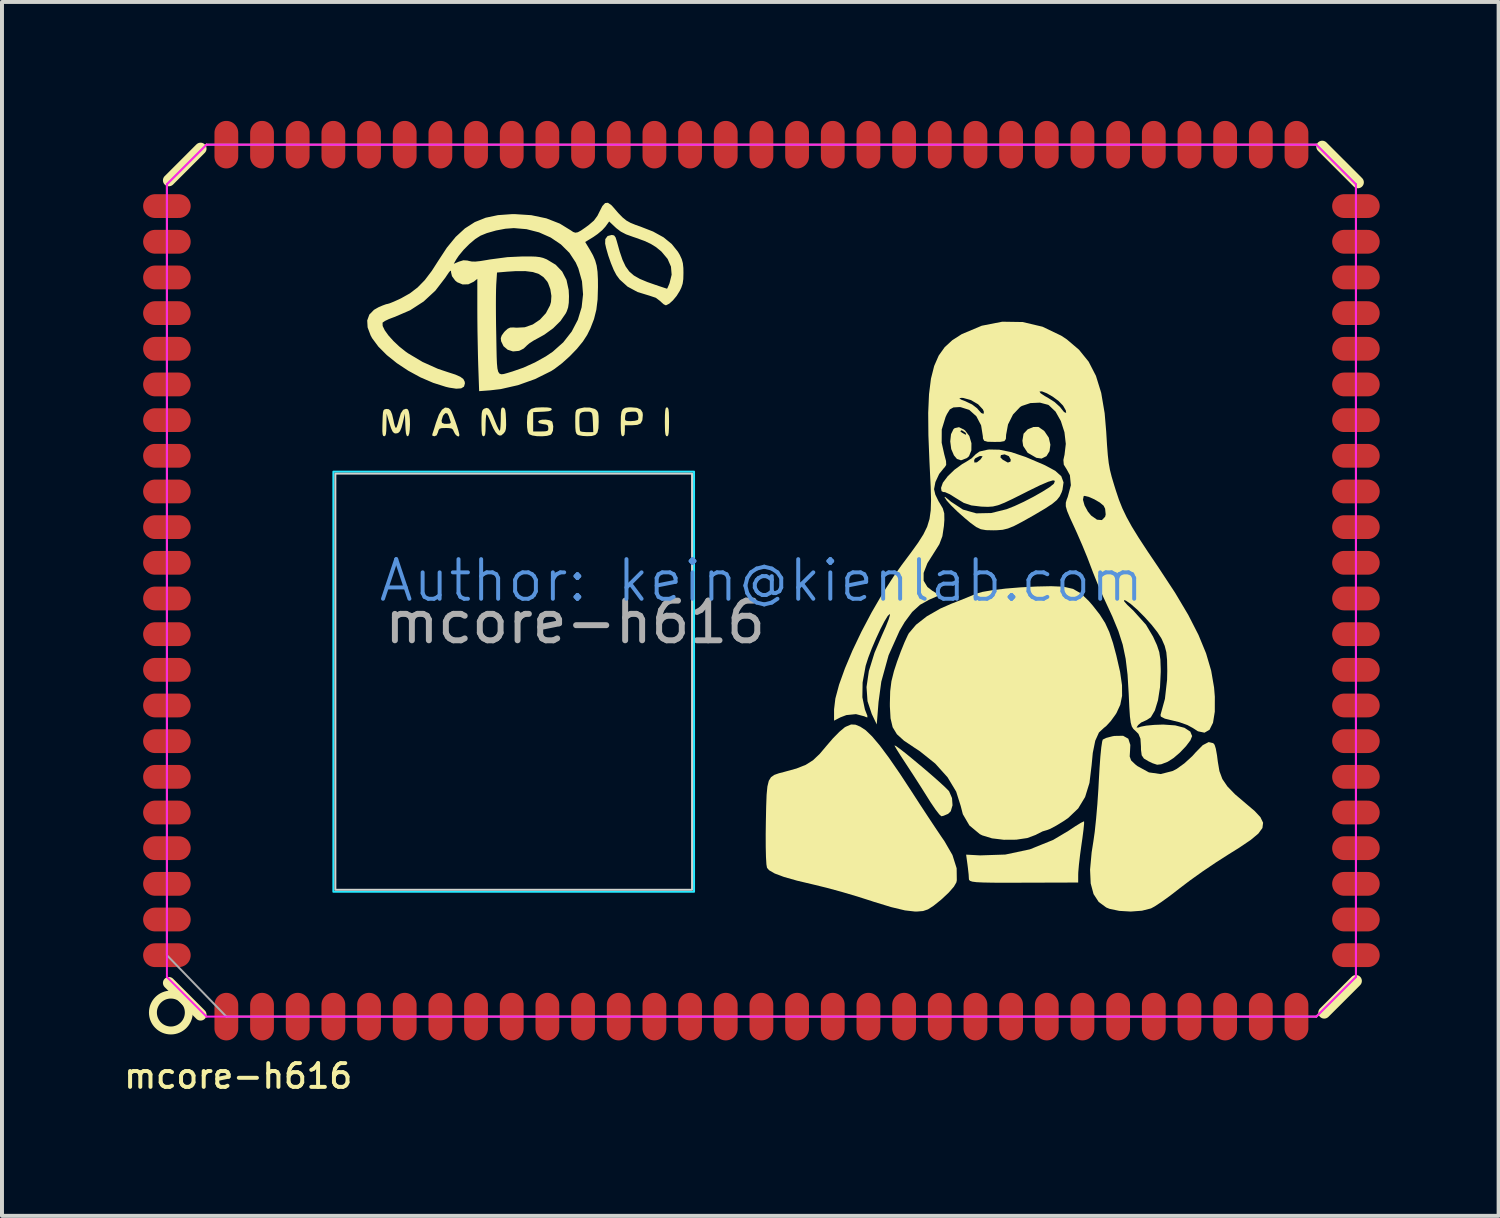
<source format=kicad_pcb>
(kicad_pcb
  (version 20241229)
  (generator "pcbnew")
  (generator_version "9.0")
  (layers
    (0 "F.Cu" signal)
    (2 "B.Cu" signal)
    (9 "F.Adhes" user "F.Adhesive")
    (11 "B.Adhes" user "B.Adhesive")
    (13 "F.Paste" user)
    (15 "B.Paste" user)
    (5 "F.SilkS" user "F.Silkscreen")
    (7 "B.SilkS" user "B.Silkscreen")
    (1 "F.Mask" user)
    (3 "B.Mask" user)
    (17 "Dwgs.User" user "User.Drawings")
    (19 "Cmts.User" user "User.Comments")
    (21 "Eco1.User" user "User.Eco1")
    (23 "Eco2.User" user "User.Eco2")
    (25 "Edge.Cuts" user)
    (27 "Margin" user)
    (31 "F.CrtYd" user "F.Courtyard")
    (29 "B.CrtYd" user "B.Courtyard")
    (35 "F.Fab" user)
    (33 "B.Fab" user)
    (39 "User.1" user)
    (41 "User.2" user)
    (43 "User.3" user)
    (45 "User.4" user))
  (footprint "mcore-h616"
    (layer "F.Cu")
    (at 16.161 11.6)
    (property "Reference" "mcore-h616" (at -13.2 12.5 0) (unlocked yes) (layer "F.SilkS") (effects (font (size 0.6 0.6) (thickness 0.1))))
    (attr smd)
    (fp_line (start -14.95 -10.1) (end -14.15 -10.9) (stroke (width 0.3) (type default)) (layer "F.SilkS"))
    (fp_line (start -14.15 10.95) (end -14.95 10.15) (stroke (width 0.3) (type default)) (layer "F.SilkS"))
    (fp_line (start 14.2 10.9) (end 15 10.1) (stroke (width 0.3) (type default)) (layer "F.SilkS"))
    (fp_line (start 15.05 -10.05) (end 14.15 -10.95) (stroke (width 0.3) (type default)) (layer "F.SilkS"))
    (fp_circle (center -14.9 10.897) (end -14.45 10.947) (stroke (width 0.2) (type default)) (fill no) (layer "F.SilkS"))
    (fp_poly (pts (xy 7.123 -3.787) (xy 7.141 -3.77) (xy 7.251 -3.607) (xy 7.291 -3.43) (xy 7.269 -3.266) (xy 7.192 -3.141) (xy 7.069 -3.08) (xy 6.938 -3.099) (xy 6.718 -3.225) (xy 6.604 -3.399) (xy 6.585 -3.531) (xy 6.614 -3.707) (xy 6.719 -3.818) (xy 6.862 -3.877) (xy 6.99 -3.878)) (stroke (width 0) (type solid)) (fill yes) (layer "F.SilkS"))
    (fp_poly (pts (xy -2.36 -4.362) (xy -2.344 -4.321) (xy -2.335 -4.239) (xy -2.332 -4.104) (xy -2.331 -4.008) (xy -2.333 -3.841) (xy -2.339 -3.732) (xy -2.351 -3.671) (xy -2.37 -3.645) (xy -2.384 -3.642) (xy -2.407 -3.654) (xy -2.423 -3.695) (xy -2.432 -3.777) (xy -2.435 -3.912) (xy -2.436 -4.008) (xy -2.434 -4.175) (xy -2.428 -4.283) (xy -2.417 -4.345) (xy -2.397 -4.37) (xy -2.384 -4.373)) (stroke (width 0) (type solid)) (fill yes) (layer "F.SilkS"))
    (fp_poly (pts (xy 5.108 -3.812) (xy 5.141 -3.787) (xy 5.246 -3.649) (xy 5.299 -3.468) (xy 5.297 -3.285) (xy 5.237 -3.139) (xy 5.181 -3.091) (xy 5.036 -3.036) (xy 4.934 -3.07) (xy 4.857 -3.161) (xy 4.789 -3.321) (xy 4.764 -3.514) (xy 4.784 -3.695) (xy 4.82 -3.769) (xy 5.018 -3.769) (xy 5.059 -3.734) (xy 5.153 -3.681) (xy 5.166 -3.701) (xy 5.147 -3.734) (xy 5.062 -3.79) (xy 5.041 -3.792) (xy 5.018 -3.769) (xy 4.82 -3.769) (xy 4.846 -3.823) (xy 4.877 -3.848) (xy 4.985 -3.872)) (stroke (width 0) (type solid)) (fill yes) (layer "F.SilkS"))
    (fp_poly (pts (xy 3.399 4.175) (xy 3.51 4.256) (xy 3.672 4.384) (xy 3.868 4.545) (xy 4.08 4.722) (xy 4.289 4.901) (xy 4.477 5.067) (xy 4.627 5.204) (xy 4.72 5.297) (xy 4.736 5.316) (xy 4.809 5.486) (xy 4.822 5.668) (xy 4.777 5.819) (xy 4.711 5.884) (xy 4.595 5.933) (xy 4.541 5.945) (xy 4.488 5.898) (xy 4.391 5.773) (xy 4.268 5.592) (xy 4.204 5.49) (xy 4.031 5.215) (xy 3.836 4.911) (xy 3.658 4.639) (xy 3.641 4.613) (xy 3.514 4.419) (xy 3.416 4.263) (xy 3.363 4.171) (xy 3.358 4.157)) (stroke (width 0) (type solid)) (fill yes) (layer "F.SilkS"))
    (fp_poly (pts (xy 8.141 6.074) (xy 8.141 6.136) (xy 8.126 6.288) (xy 8.098 6.504) (xy 8.077 6.65) (xy 8.04 6.918) (xy 8.011 7.167) (xy 7.995 7.356) (xy 7.993 7.411) (xy 7.992 7.617) (xy 6.614 7.621) (xy 6.175 7.622) (xy 5.841 7.621) (xy 5.595 7.616) (xy 5.426 7.608) (xy 5.32 7.594) (xy 5.262 7.574) (xy 5.238 7.547) (xy 5.235 7.527) (xy 5.228 7.409) (xy 5.208 7.233) (xy 5.2 7.17) (xy 5.165 6.913) (xy 5.519 6.932) (xy 6.154 6.911) (xy 6.774 6.779) (xy 7.36 6.542) (xy 7.74 6.316) (xy 7.921 6.196) (xy 8.061 6.11) (xy 8.135 6.074)) (stroke (width 0) (type solid)) (fill yes) (layer "F.SilkS"))
    (fp_poly (pts (xy -3.14 -4.36) (xy -3.045 -4.318) (xy -2.999 -4.242) (xy -2.992 -4.18) (xy -3.004 -4.047) (xy -3.046 -3.967) (xy -3.131 -3.93) (xy -3.255 -3.921) (xy -3.445 -3.921) (xy -3.445 -3.782) (xy -3.453 -3.685) (xy -3.482 -3.645) (xy -3.497 -3.642) (xy -3.522 -3.654) (xy -3.538 -3.698) (xy -3.546 -3.784) (xy -3.549 -3.926) (xy -3.549 -3.972) (xy -3.547 -4.069) (xy -3.442 -4.069) (xy -3.422 -4.036) (xy -3.362 -4.026) (xy -3.292 -4.025) (xy -3.193 -4.033) (xy -3.126 -4.052) (xy -3.113 -4.062) (xy -3.103 -4.121) (xy -3.112 -4.186) (xy -3.134 -4.24) (xy -3.176 -4.263) (xy -3.262 -4.263) (xy -3.281 -4.262) (xy -3.374 -4.251) (xy -3.418 -4.224) (xy -3.435 -4.166) (xy -3.438 -4.138) (xy -3.442 -4.069) (xy -3.547 -4.069) (xy -3.546 -4.144) (xy -3.531 -4.259) (xy -3.496 -4.327) (xy -3.436 -4.361) (xy -3.341 -4.373) (xy -3.293 -4.373)) (stroke (width 0) (type solid)) (fill yes) (layer "F.SilkS"))
    (fp_poly (pts (xy -5.399 -4.37) (xy -5.323 -4.358) (xy -5.292 -4.336) (xy -5.289 -4.323) (xy -5.307 -4.293) (xy -5.37 -4.274) (xy -5.489 -4.263) (xy -5.524 -4.262) (xy -5.759 -4.251) (xy -5.759 -4.008) (xy -5.759 -3.764) (xy -5.567 -3.764) (xy -5.458 -3.767) (xy -5.401 -3.778) (xy -5.379 -3.808) (xy -5.376 -3.851) (xy -5.386 -3.91) (xy -5.428 -3.938) (xy -5.506 -3.949) (xy -5.603 -3.97) (xy -5.637 -4.01) (xy -5.637 -4.01) (xy -5.607 -4.043) (xy -5.533 -4.061) (xy -5.44 -4.063) (xy -5.35 -4.049) (xy -5.288 -4.021) (xy -5.275 -4.005) (xy -5.252 -3.894) (xy -5.26 -3.784) (xy -5.296 -3.701) (xy -5.321 -3.678) (xy -5.409 -3.653) (xy -5.531 -3.642) (xy -5.663 -3.645) (xy -5.778 -3.662) (xy -5.854 -3.692) (xy -5.861 -3.697) (xy -5.894 -3.759) (xy -5.911 -3.866) (xy -5.915 -3.993) (xy -5.907 -4.16) (xy -5.875 -4.271) (xy -5.808 -4.335) (xy -5.695 -4.366) (xy -5.532 -4.373)) (stroke (width 0) (type solid)) (fill yes) (layer "F.SilkS"))
    (fp_poly (pts (xy -7.898 -4.357) (xy -7.849 -4.319) (xy -7.82 -4.268) (xy -7.779 -4.171) (xy -7.731 -4.045) (xy -7.685 -3.911) (xy -7.647 -3.789) (xy -7.624 -3.697) (xy -7.62 -3.667) (xy -7.638 -3.636) (xy -7.68 -3.65) (xy -7.726 -3.695) (xy -7.754 -3.747) (xy -7.782 -3.809) (xy -7.822 -3.84) (xy -7.898 -3.85) (xy -7.964 -3.851) (xy -8.067 -3.848) (xy -8.122 -3.832) (xy -8.148 -3.791) (xy -8.159 -3.747) (xy -8.194 -3.666) (xy -8.253 -3.642) (xy -8.304 -3.658) (xy -8.303 -3.696) (xy -8.283 -3.754) (xy -8.25 -3.858) (xy -8.211 -3.985) (xy -8.207 -3.996) (xy -8.191 -4.04) (xy -8.07 -4.04) (xy -8.06 -3.982) (xy -8.001 -3.958) (xy -7.947 -3.956) (xy -7.865 -3.962) (xy -7.838 -3.984) (xy -7.843 -4.011) (xy -7.868 -4.089) (xy -7.885 -4.15) (xy -7.923 -4.219) (xy -7.975 -4.226) (xy -8.026 -4.172) (xy -8.039 -4.145) (xy -8.07 -4.04) (xy -8.191 -4.04) (xy -8.137 -4.188) (xy -8.061 -4.312) (xy -7.981 -4.368)) (stroke (width 0) (type solid)) (fill yes) (layer "F.SilkS"))
    (fp_poly (pts (xy -4.331 -4.367) (xy -4.211 -4.335) (xy -4.183 -4.319) (xy -4.143 -4.282) (xy -4.119 -4.231) (xy -4.109 -4.148) (xy -4.106 -4.013) (xy -4.106 -4.008) (xy -4.112 -3.844) (xy -4.137 -3.737) (xy -4.19 -3.676) (xy -4.281 -3.649) (xy -4.395 -3.644) (xy -4.512 -3.651) (xy -4.606 -3.668) (xy -4.637 -3.68) (xy -4.667 -3.71) (xy -4.686 -3.764) (xy -4.695 -3.858) (xy -4.697 -4.006) (xy -4.697 -4.01) (xy -4.697 -4.013) (xy -4.593 -4.013) (xy -4.59 -3.895) (xy -4.581 -3.807) (xy -4.57 -3.77) (xy -4.524 -3.756) (xy -4.435 -3.748) (xy -4.394 -3.747) (xy -4.242 -3.747) (xy -4.252 -3.999) (xy -4.259 -4.13) (xy -4.271 -4.207) (xy -4.292 -4.245) (xy -4.328 -4.26) (xy -4.344 -4.263) (xy -4.446 -4.264) (xy -4.51 -4.254) (xy -4.555 -4.236) (xy -4.58 -4.202) (xy -4.591 -4.133) (xy -4.593 -4.013) (xy -4.697 -4.013) (xy -4.696 -4.154) (xy -4.69 -4.244) (xy -4.675 -4.295) (xy -4.646 -4.322) (xy -4.608 -4.339) (xy -4.473 -4.369)) (stroke (width 0) (type solid)) (fill yes) (layer "F.SilkS"))
    (fp_poly (pts (xy -8.93 -4.328) (xy -8.902 -4.285) (xy -8.882 -4.195) (xy -8.87 -4.075) (xy -8.867 -3.943) (xy -8.872 -3.817) (xy -8.885 -3.714) (xy -8.908 -3.652) (xy -8.924 -3.642) (xy -8.95 -3.658) (xy -8.968 -3.712) (xy -8.979 -3.817) (xy -8.984 -3.93) (xy -8.995 -4.217) (xy -9.042 -4.008) (xy -9.081 -3.86) (xy -9.12 -3.769) (xy -9.167 -3.724) (xy -9.226 -3.712) (xy -9.269 -3.723) (xy -9.307 -3.764) (xy -9.344 -3.845) (xy -9.388 -3.979) (xy -9.407 -4.043) (xy -9.457 -4.217) (xy -9.461 -3.93) (xy -9.465 -3.784) (xy -9.474 -3.696) (xy -9.492 -3.653) (xy -9.518 -3.642) (xy -9.542 -3.652) (xy -9.557 -3.69) (xy -9.564 -3.767) (xy -9.563 -3.896) (xy -9.561 -3.982) (xy -9.556 -4.137) (xy -9.549 -4.237) (xy -9.536 -4.293) (xy -9.514 -4.319) (xy -9.478 -4.329) (xy -9.459 -4.332) (xy -9.4 -4.325) (xy -9.354 -4.283) (xy -9.318 -4.196) (xy -9.284 -4.052) (xy -9.271 -3.982) (xy -9.249 -3.898) (xy -9.225 -3.853) (xy -9.22 -3.851) (xy -9.199 -3.882) (xy -9.171 -3.964) (xy -9.145 -4.065) (xy -9.099 -4.221) (xy -9.04 -4.311) (xy -8.968 -4.337)) (stroke (width 0) (type solid)) (fill yes) (layer "F.SilkS"))
    (fp_poly (pts (xy -6.515 -4.367) (xy -6.484 -4.35) (xy -6.464 -4.306) (xy -6.452 -4.221) (xy -6.445 -4.081) (xy -6.444 -4.07) (xy -6.441 -3.924) (xy -6.447 -3.83) (xy -6.464 -3.768) (xy -6.497 -3.722) (xy -6.508 -3.711) (xy -6.566 -3.662) (xy -6.615 -3.663) (xy -6.657 -3.687) (xy -6.708 -3.745) (xy -6.767 -3.848) (xy -6.819 -3.968) (xy -6.865 -4.082) (xy -6.905 -4.164) (xy -6.931 -4.199) (xy -6.932 -4.199) (xy -6.945 -4.167) (xy -6.954 -4.082) (xy -6.959 -3.96) (xy -6.959 -3.921) (xy -6.961 -3.778) (xy -6.97 -3.692) (xy -6.988 -3.651) (xy -7.011 -3.642) (xy -7.036 -3.654) (xy -7.052 -3.698) (xy -7.06 -3.784) (xy -7.063 -3.926) (xy -7.063 -3.972) (xy -7.062 -4.127) (xy -7.056 -4.228) (xy -7.042 -4.288) (xy -7.018 -4.322) (xy -6.992 -4.34) (xy -6.933 -4.359) (xy -6.884 -4.343) (xy -6.835 -4.283) (xy -6.78 -4.17) (xy -6.729 -4.042) (xy -6.68 -3.921) (xy -6.637 -3.83) (xy -6.608 -3.784) (xy -6.603 -3.782) (xy -6.591 -3.814) (xy -6.582 -3.9) (xy -6.577 -4.023) (xy -6.576 -4.08) (xy -6.575 -4.225) (xy -6.569 -4.312) (xy -6.555 -4.356) (xy -6.531 -4.368)) (stroke (width 0) (type solid)) (fill yes) (layer "F.SilkS"))
    (fp_poly (pts (xy 2.372 3.634) (xy 2.494 3.684) (xy 2.632 3.775) (xy 2.794 3.931) (xy 2.988 4.161) (xy 3.219 4.471) (xy 3.494 4.87) (xy 3.795 5.329) (xy 4 5.646) (xy 4.205 5.958) (xy 4.392 6.24) (xy 4.544 6.466) (xy 4.618 6.573) (xy 4.82 6.923) (xy 4.926 7.257) (xy 4.93 7.56) (xy 4.919 7.614) (xy 4.857 7.721) (xy 4.728 7.869) (xy 4.557 8.03) (xy 4.528 8.055) (xy 4.34 8.206) (xy 4.203 8.294) (xy 4.079 8.336) (xy 3.933 8.348) (xy 3.869 8.348) (xy 3.622 8.32) (xy 3.275 8.237) (xy 2.83 8.101) (xy 2.776 8.083) (xy 2.416 7.968) (xy 2.023 7.852) (xy 1.644 7.749) (xy 1.339 7.674) (xy 0.9 7.57) (xy 0.569 7.476) (xy 0.336 7.389) (xy 0.194 7.307) (xy 0.141 7.245) (xy 0.126 7.157) (xy 0.115 6.972) (xy 0.109 6.712) (xy 0.108 6.397) (xy 0.112 6.091) (xy 0.12 5.697) (xy 0.131 5.403) (xy 0.151 5.193) (xy 0.186 5.051) (xy 0.242 4.959) (xy 0.325 4.901) (xy 0.441 4.86) (xy 0.57 4.827) (xy 0.885 4.74) (xy 1.117 4.648) (xy 1.301 4.532) (xy 1.471 4.371) (xy 1.632 4.18) (xy 1.801 3.983) (xy 1.966 3.815) (xy 2.099 3.703) (xy 2.13 3.685) (xy 2.263 3.629)) (stroke (width 0) (type solid)) (fill yes) (layer "F.SilkS"))
    (fp_poly (pts (xy 9.257 3.988) (xy 9.308 4.145) (xy 9.301 4.289) (xy 9.292 4.435) (xy 9.328 4.536) (xy 9.434 4.637) (xy 9.489 4.68) (xy 9.777 4.838) (xy 10.073 4.88) (xy 10.372 4.804) (xy 10.479 4.749) (xy 10.673 4.609) (xy 10.872 4.427) (xy 10.958 4.331) (xy 11.135 4.151) (xy 11.284 4.073) (xy 11.399 4.1) (xy 11.434 4.141) (xy 11.464 4.236) (xy 11.495 4.407) (xy 11.516 4.572) (xy 11.556 4.806) (xy 11.63 5.005) (xy 11.757 5.192) (xy 11.951 5.392) (xy 12.226 5.626) (xy 12.446 5.813) (xy 12.591 5.969) (xy 12.658 6.108) (xy 12.641 6.241) (xy 12.537 6.383) (xy 12.342 6.545) (xy 12.05 6.742) (xy 11.795 6.901) (xy 11.474 7.106) (xy 11.132 7.337) (xy 10.81 7.567) (xy 10.548 7.766) (xy 10.546 7.768) (xy 10.316 7.946) (xy 10.099 8.103) (xy 9.923 8.219) (xy 9.829 8.27) (xy 9.601 8.328) (xy 9.317 8.349) (xy 9.028 8.332) (xy 8.782 8.28) (xy 8.701 8.247) (xy 8.51 8.107) (xy 8.38 7.908) (xy 8.308 7.64) (xy 8.292 7.293) (xy 8.332 6.856) (xy 8.376 6.576) (xy 8.41 6.336) (xy 8.444 6.013) (xy 8.476 5.642) (xy 8.502 5.257) (xy 8.512 5.064) (xy 8.531 4.732) (xy 8.552 4.44) (xy 8.575 4.208) (xy 8.598 4.058) (xy 8.613 4.01) (xy 8.702 3.967) (xy 8.856 3.927) (xy 8.906 3.918) (xy 9.125 3.914)) (stroke (width 0) (type solid)) (fill yes) (layer "F.SilkS"))
    (fp_poly (pts (xy 7.624 0.153) (xy 7.862 0.208) (xy 8.062 0.323) (xy 8.262 0.516) (xy 8.359 0.628) (xy 8.538 0.857) (xy 8.672 1.068) (xy 8.777 1.296) (xy 8.871 1.575) (xy 8.954 1.885) (xy 9.05 2.304) (xy 9.098 2.638) (xy 9.1 2.907) (xy 9.054 3.133) (xy 8.96 3.337) (xy 8.935 3.377) (xy 8.815 3.543) (xy 8.697 3.671) (xy 8.642 3.714) (xy 8.516 3.832) (xy 8.423 4.039) (xy 8.361 4.345) (xy 8.331 4.657) (xy 8.277 5.103) (xy 8.167 5.459) (xy 7.993 5.747) (xy 7.745 5.984) (xy 7.624 6.068) (xy 7.439 6.181) (xy 7.286 6.263) (xy 7.196 6.297) (xy 7.193 6.297) (xy 7.095 6.326) (xy 6.953 6.397) (xy 6.923 6.414) (xy 6.71 6.494) (xy 6.428 6.536) (xy 6.116 6.538) (xy 5.818 6.502) (xy 5.572 6.427) (xy 5.511 6.396) (xy 5.247 6.176) (xy 5.082 5.893) (xy 5.028 5.684) (xy 4.914 5.323) (xy 4.697 4.962) (xy 4.387 4.617) (xy 3.997 4.304) (xy 3.864 4.217) (xy 3.597 4.038) (xy 3.418 3.875) (xy 3.311 3.698) (xy 3.258 3.474) (xy 3.241 3.172) (xy 3.241 3.089) (xy 3.249 2.79) (xy 3.28 2.54) (xy 3.344 2.283) (xy 3.423 2.042) (xy 3.517 1.786) (xy 3.612 1.552) (xy 3.693 1.376) (xy 3.719 1.328) (xy 3.901 1.113) (xy 4.174 0.9) (xy 4.513 0.705) (xy 4.795 0.581) (xy 5.031 0.489) (xy 5.252 0.4) (xy 5.411 0.332) (xy 5.575 0.284) (xy 5.834 0.24) (xy 6.163 0.2) (xy 6.541 0.169) (xy 6.944 0.148) (xy 7.311 0.14)) (stroke (width 0) (type solid)) (fill yes) (layer "F.SilkS"))
    (fp_poly (pts (xy 6.001 -3.304) (xy 6.302 -3.243) (xy 6.667 -3.12) (xy 7.109 -2.932) (xy 7.157 -2.91) (xy 7.414 -2.771) (xy 7.566 -2.634) (xy 7.623 -2.479) (xy 7.596 -2.291) (xy 7.574 -2.226) (xy 7.525 -2.124) (xy 7.454 -2.034) (xy 7.339 -1.938) (xy 7.161 -1.821) (xy 6.903 -1.668) (xy 6.849 -1.637) (xy 6.575 -1.483) (xy 6.375 -1.379) (xy 6.221 -1.316) (xy 6.087 -1.283) (xy 5.945 -1.272) (xy 5.851 -1.27) (xy 5.669 -1.274) (xy 5.536 -1.297) (xy 5.416 -1.354) (xy 5.272 -1.46) (xy 5.131 -1.578) (xy 4.944 -1.744) (xy 4.783 -1.901) (xy 4.677 -2.019) (xy 4.667 -2.033) (xy 4.619 -2.109) (xy 4.634 -2.114) (xy 4.722 -2.044) (xy 4.782 -1.992) (xy 5.085 -1.793) (xy 5.421 -1.698) (xy 5.799 -1.706) (xy 6.188 -1.803) (xy 6.385 -1.881) (xy 6.618 -1.989) (xy 6.86 -2.114) (xy 7.084 -2.241) (xy 7.264 -2.354) (xy 7.37 -2.438) (xy 7.383 -2.455) (xy 7.405 -2.517) (xy 7.359 -2.531) (xy 7.237 -2.495) (xy 7.031 -2.407) (xy 6.734 -2.262) (xy 6.632 -2.21) (xy 6.341 -2.064) (xy 6.129 -1.964) (xy 5.97 -1.902) (xy 5.841 -1.871) (xy 5.715 -1.862) (xy 5.568 -1.867) (xy 5.545 -1.868) (xy 5.297 -1.898) (xy 5.105 -1.962) (xy 4.91 -2.081) (xy 4.754 -2.179) (xy 4.633 -2.233) (xy 4.587 -2.236) (xy 4.545 -2.258) (xy 4.532 -2.34) (xy 4.578 -2.471) (xy 4.7 -2.633) (xy 4.872 -2.799) (xy 5.069 -2.943) (xy 5.159 -2.994) (xy 5.239 -3.045) (xy 5.367 -3.045) (xy 5.373 -2.98) (xy 5.437 -2.985) (xy 5.527 -3.057) (xy 5.534 -3.066) (xy 5.563 -3.11) (xy 6.03 -3.11) (xy 6.088 -3.051) (xy 6.218 -2.979) (xy 6.283 -3.002) (xy 6.291 -3.053) (xy 6.243 -3.141) (xy 6.137 -3.186) (xy 6.043 -3.168) (xy 6.03 -3.11) (xy 5.563 -3.11) (xy 5.581 -3.136) (xy 5.534 -3.145) (xy 5.502 -3.14) (xy 5.398 -3.088) (xy 5.367 -3.045) (xy 5.239 -3.045) (xy 5.302 -3.085) (xy 5.396 -3.178) (xy 5.401 -3.185) (xy 5.503 -3.258) (xy 5.706 -3.304) (xy 5.749 -3.309)) (stroke (width 0) (type solid)) (fill yes) (layer "F.SilkS"))
    (fp_poly (pts (xy -3.792 -9.48) (xy -3.743 -9.428) (xy -3.611 -9.275) (xy -3.505 -9.166) (xy -3.408 -9.087) (xy -3.303 -9.028) (xy -3.173 -8.975) (xy -3.058 -8.935) (xy -2.733 -8.808) (xy -2.47 -8.663) (xy -2.263 -8.494) (xy -2.106 -8.298) (xy -2.059 -8.218) (xy -2.01 -8.112) (xy -1.982 -8.011) (xy -1.969 -7.887) (xy -1.967 -7.766) (xy -1.971 -7.608) (xy -1.987 -7.493) (xy -2.021 -7.392) (xy -2.061 -7.309) (xy -2.139 -7.184) (xy -2.232 -7.072) (xy -2.324 -6.989) (xy -2.402 -6.949) (xy -2.415 -6.948) (xy -2.465 -6.972) (xy -2.533 -7.032) (xy -2.549 -7.049) (xy -2.663 -7.136) (xy -2.821 -7.189) (xy -3.125 -7.282) (xy -3.377 -7.418) (xy -3.575 -7.597) (xy -3.658 -7.709) (xy -3.726 -7.838) (xy -3.797 -8.011) (xy -3.865 -8.205) (xy -3.919 -8.395) (xy -3.943 -8.504) (xy -3.939 -8.618) (xy -3.881 -8.695) (xy -3.776 -8.722) (xy -3.774 -8.722) (xy -3.717 -8.71) (xy -3.68 -8.661) (xy -3.652 -8.575) (xy -3.576 -8.305) (xy -3.504 -8.093) (xy -3.426 -7.928) (xy -3.334 -7.8) (xy -3.218 -7.699) (xy -3.069 -7.614) (xy -2.878 -7.534) (xy -2.681 -7.465) (xy -2.551 -7.421) (xy -2.448 -7.387) (xy -2.389 -7.368) (xy -2.381 -7.365) (xy -2.365 -7.394) (xy -2.333 -7.467) (xy -2.318 -7.505) (xy -2.265 -7.719) (xy -2.282 -7.923) (xy -2.367 -8.117) (xy -2.519 -8.299) (xy -2.536 -8.314) (xy -2.658 -8.414) (xy -2.79 -8.496) (xy -2.951 -8.571) (xy -3.157 -8.646) (xy -3.237 -8.673) (xy -3.414 -8.737) (xy -3.547 -8.806) (xy -3.659 -8.891) (xy -3.685 -8.915) (xy -3.841 -9.062) (xy -3.936 -8.931) (xy -4.017 -8.842) (xy -4.133 -8.745) (xy -4.239 -8.671) (xy -4.446 -8.544) (xy -4.327 -8.347) (xy -4.249 -8.208) (xy -4.194 -8.08) (xy -4.157 -7.948) (xy -4.135 -7.793) (xy -4.125 -7.6) (xy -4.124 -7.4) (xy -4.133 -7.094) (xy -4.165 -6.834) (xy -4.224 -6.599) (xy -4.314 -6.366) (xy -4.396 -6.2) (xy -4.504 -6.033) (xy -4.655 -5.848) (xy -4.836 -5.661) (xy -5.029 -5.487) (xy -5.218 -5.343) (xy -5.307 -5.286) (xy -5.712 -5.085) (xy -6.141 -4.932) (xy -6.575 -4.833) (xy -6.84 -4.802) (xy -7.122 -4.781) (xy -7.145 -5.438) (xy -7.152 -5.691) (xy -7.158 -5.988) (xy -7.164 -6.303) (xy -7.167 -6.611) (xy -7.168 -6.855) (xy -7.168 -7.614) (xy -7.259 -7.542) (xy -7.394 -7.477) (xy -7.539 -7.473) (xy -7.675 -7.529) (xy -7.727 -7.572) (xy -7.807 -7.681) (xy -7.829 -7.771) (xy -7.833 -7.814) (xy -7.849 -7.819) (xy -7.884 -7.779) (xy -7.946 -7.688) (xy -7.975 -7.644) (xy -8.226 -7.317) (xy -8.522 -7.043) (xy -8.863 -6.822) (xy -9.25 -6.655) (xy -9.273 -6.647) (xy -9.4 -6.599) (xy -9.5 -6.551) (xy -9.555 -6.512) (xy -9.559 -6.504) (xy -9.556 -6.425) (xy -9.503 -6.316) (xy -9.41 -6.186) (xy -9.284 -6.046) (xy -9.135 -5.905) (xy -8.969 -5.773) (xy -8.914 -5.735) (xy -8.549 -5.518) (xy -8.159 -5.343) (xy -7.91 -5.26) (xy -7.724 -5.2) (xy -7.597 -5.144) (xy -7.52 -5.086) (xy -7.486 -5.02) (xy -7.481 -4.976) (xy -7.504 -4.895) (xy -7.576 -4.851) (xy -7.7 -4.843) (xy -7.879 -4.87) (xy -7.963 -4.89) (xy -8.282 -4.991) (xy -8.602 -5.129) (xy -8.911 -5.297) (xy -9.198 -5.487) (xy -9.453 -5.692) (xy -9.664 -5.904) (xy -9.822 -6.117) (xy -9.861 -6.189) (xy -9.936 -6.39) (xy -9.946 -6.565) (xy -9.893 -6.712) (xy -9.775 -6.833) (xy -9.662 -6.898) (xy -9.554 -6.944) (xy -9.468 -6.975) (xy -9.432 -6.982) (xy -9.38 -6.997) (xy -9.283 -7.036) (xy -9.158 -7.092) (xy -9.091 -7.124) (xy -8.87 -7.248) (xy -8.675 -7.397) (xy -8.494 -7.582) (xy -8.317 -7.815) (xy -8.202 -7.994) (xy -7.762 -7.994) (xy -7.631 -8.049) (xy -7.52 -8.083) (xy -7.419 -8.077) (xy -7.379 -8.066) (xy -7.308 -8.052) (xy -7.218 -8.05) (xy -7.094 -8.063) (xy -6.922 -8.091) (xy -6.856 -8.103) (xy -6.409 -8.162) (xy -6.02 -8.18) (xy -5.83 -8.18) (xy -5.693 -8.175) (xy -5.591 -8.163) (xy -5.509 -8.143) (xy -5.428 -8.111) (xy -5.411 -8.103) (xy -5.19 -7.97) (xy -5.027 -7.799) (xy -4.918 -7.588) (xy -4.863 -7.333) (xy -4.855 -7.174) (xy -4.86 -7.012) (xy -4.877 -6.894) (xy -4.911 -6.795) (xy -4.937 -6.742) (xy -5.069 -6.551) (xy -5.255 -6.367) (xy -5.477 -6.206) (xy -5.619 -6.127) (xy -5.748 -6.057) (xy -5.855 -5.987) (xy -5.923 -5.929) (xy -5.932 -5.918) (xy -5.999 -5.855) (xy -6.099 -5.804) (xy -6.119 -5.797) (xy -6.268 -5.783) (xy -6.402 -5.826) (xy -6.507 -5.915) (xy -6.567 -6.039) (xy -6.576 -6.117) (xy -6.553 -6.185) (xy -6.494 -6.268) (xy -6.47 -6.294) (xy -6.401 -6.356) (xy -6.339 -6.385) (xy -6.255 -6.388) (xy -6.18 -6.382) (xy -5.97 -6.393) (xy -5.768 -6.464) (xy -5.587 -6.586) (xy -5.438 -6.748) (xy -5.335 -6.942) (xy -5.309 -7.03) (xy -5.299 -7.183) (xy -5.326 -7.354) (xy -5.383 -7.509) (xy -5.406 -7.549) (xy -5.499 -7.658) (xy -5.616 -7.737) (xy -5.766 -7.786) (xy -5.959 -7.81) (xy -6.204 -7.809) (xy -6.41 -7.796) (xy -6.671 -7.774) (xy -6.691 -7.468) (xy -6.695 -7.351) (xy -6.698 -7.177) (xy -6.699 -6.959) (xy -6.698 -6.71) (xy -6.695 -6.443) (xy -6.69 -6.186) (xy -6.685 -5.89) (xy -6.68 -5.658) (xy -6.673 -5.482) (xy -6.661 -5.355) (xy -6.641 -5.272) (xy -6.61 -5.225) (xy -6.564 -5.207) (xy -6.502 -5.213) (xy -6.419 -5.236) (xy -6.313 -5.268) (xy -6.28 -5.278) (xy -6.004 -5.374) (xy -5.713 -5.506) (xy -5.44 -5.658) (xy -5.265 -5.776) (xy -4.999 -6.013) (xy -4.787 -6.284) (xy -4.632 -6.581) (xy -4.536 -6.897) (xy -4.5 -7.224) (xy -4.527 -7.553) (xy -4.619 -7.878) (xy -4.685 -8.027) (xy -4.845 -8.271) (xy -5.059 -8.483) (xy -5.317 -8.657) (xy -5.61 -8.787) (xy -5.927 -8.868) (xy -6.246 -8.895) (xy -6.46 -8.879) (xy -6.697 -8.834) (xy -6.926 -8.769) (xy -7.086 -8.704) (xy -7.219 -8.62) (xy -7.368 -8.494) (xy -7.514 -8.347) (xy -7.638 -8.196) (xy -7.7 -8.103) (xy -7.762 -7.994) (xy -8.202 -7.994) (xy -8.16 -8.06) (xy -7.938 -8.399) (xy -7.714 -8.673) (xy -7.481 -8.887) (xy -7.231 -9.047) (xy -6.956 -9.157) (xy -6.648 -9.222) (xy -6.299 -9.247) (xy -6.228 -9.248) (xy -5.807 -9.221) (xy -5.426 -9.141) (xy -5.086 -9.008) (xy -4.811 -8.839) (xy -4.749 -8.797) (xy -4.694 -8.779) (xy -4.632 -8.79) (xy -4.551 -8.834) (xy -4.436 -8.914) (xy -4.356 -8.973) (xy -4.227 -9.084) (xy -4.138 -9.204) (xy -4.083 -9.314) (xy -4.012 -9.453) (xy -3.944 -9.526) (xy -3.873 -9.534)) (stroke (width 0) (type solid)) (fill yes) (layer "F.SilkS"))
    (fp_poly (pts (xy 6.591 -6.525) (xy 7.092 -6.407) (xy 7.564 -6.181) (xy 7.706 -6.087) (xy 8.013 -5.826) (xy 8.256 -5.525) (xy 8.44 -5.168) (xy 8.573 -4.739) (xy 8.66 -4.225) (xy 8.699 -3.764) (xy 8.72 -3.421) (xy 8.74 -3.165) (xy 8.763 -2.966) (xy 8.794 -2.793) (xy 8.838 -2.618) (xy 8.901 -2.408) (xy 8.945 -2.268) (xy 9.022 -2.038) (xy 9.108 -1.823) (xy 9.213 -1.604) (xy 9.346 -1.363) (xy 9.519 -1.082) (xy 9.74 -0.744) (xy 10.021 -0.328) (xy 10.028 -0.317) (xy 10.439 0.308) (xy 10.77 0.865) (xy 11.028 1.37) (xy 11.219 1.834) (xy 11.348 2.272) (xy 11.421 2.697) (xy 11.44 2.929) (xy 11.439 3.307) (xy 11.394 3.586) (xy 11.306 3.763) (xy 11.179 3.836) (xy 11.014 3.801) (xy 10.885 3.718) (xy 10.747 3.643) (xy 10.544 3.571) (xy 10.389 3.533) (xy 10.179 3.482) (xy 10.078 3.43) (xy 10.069 3.388) (xy 10.181 2.983) (xy 10.235 2.503) (xy 10.24 2.279) (xy 10.235 2.003) (xy 10.216 1.805) (xy 10.175 1.645) (xy 10.104 1.482) (xy 10.089 1.453) (xy 9.989 1.297) (xy 9.842 1.111) (xy 9.667 0.917) (xy 9.487 0.736) (xy 9.323 0.592) (xy 9.197 0.505) (xy 9.149 0.489) (xy 9.154 0.524) (xy 9.233 0.614) (xy 9.369 0.742) (xy 9.384 0.756) (xy 9.703 1.112) (xy 9.882 1.414) (xy 9.98 1.628) (xy 10.038 1.803) (xy 10.066 1.989) (xy 10.075 2.232) (xy 10.075 2.307) (xy 10.057 2.689) (xy 10.006 3.017) (xy 9.927 3.276) (xy 9.825 3.449) (xy 9.724 3.515) (xy 9.581 3.58) (xy 9.505 3.644) (xy 9.464 3.705) (xy 9.507 3.707) (xy 9.576 3.684) (xy 9.709 3.658) (xy 9.914 3.639) (xy 10.137 3.631) (xy 10.441 3.652) (xy 10.674 3.713) (xy 10.821 3.809) (xy 10.867 3.922) (xy 10.824 4.029) (xy 10.713 4.176) (xy 10.563 4.334) (xy 10.401 4.474) (xy 10.254 4.568) (xy 10.238 4.575) (xy 10.088 4.633) (xy 9.984 4.645) (xy 9.869 4.607) (xy 9.767 4.558) (xy 9.651 4.489) (xy 9.595 4.407) (xy 9.577 4.269) (xy 9.576 4.182) (xy 9.563 3.988) (xy 9.513 3.866) (xy 9.439 3.792) (xy 9.385 3.742) (xy 9.345 3.679) (xy 9.318 3.582) (xy 9.298 3.43) (xy 9.283 3.203) (xy 9.268 2.881) (xy 9.267 2.857) (xy 9.238 2.373) (xy 9.19 1.971) (xy 9.116 1.616) (xy 9.006 1.272) (xy 8.854 0.904) (xy 8.757 0.695) (xy 8.619 0.397) (xy 8.482 0.081) (xy 8.367 -0.205) (xy 8.319 -0.332) (xy 8.222 -0.586) (xy 8.095 -0.895) (xy 7.959 -1.207) (xy 7.901 -1.335) (xy 7.785 -1.586) (xy 7.713 -1.758) (xy 7.68 -1.876) (xy 7.68 -1.966) (xy 7.701 -2.041) (xy 8.113 -2.041) (xy 8.153 -1.898) (xy 8.237 -1.743) (xy 8.319 -1.643) (xy 8.467 -1.538) (xy 8.591 -1.528) (xy 8.672 -1.612) (xy 8.686 -1.67) (xy 8.672 -1.814) (xy 8.634 -1.891) (xy 8.538 -1.971) (xy 8.399 -2.052) (xy 8.258 -2.114) (xy 8.154 -2.139) (xy 8.13 -2.131) (xy 8.113 -2.041) (xy 7.701 -2.041) (xy 7.706 -2.055) (xy 7.728 -2.11) (xy 7.808 -2.408) (xy 7.783 -2.661) (xy 7.702 -2.809) (xy 7.629 -2.926) (xy 7.619 -3.046) (xy 7.648 -3.178) (xy 7.68 -3.45) (xy 7.646 -3.744) (xy 7.555 -4.027) (xy 7.421 -4.265) (xy 7.253 -4.425) (xy 7.235 -4.436) (xy 7.028 -4.491) (xy 6.787 -4.48) (xy 6.57 -4.407) (xy 6.528 -4.381) (xy 6.348 -4.192) (xy 6.222 -3.941) (xy 6.174 -3.681) (xy 6.168 -3.574) (xy 6.13 -3.52) (xy 6.03 -3.502) (xy 5.881 -3.5) (xy 5.707 -3.504) (xy 5.62 -3.529) (xy 5.59 -3.587) (xy 5.587 -3.642) (xy 5.543 -3.918) (xy 5.423 -4.147) (xy 5.244 -4.308) (xy 5.024 -4.378) (xy 4.988 -4.379) (xy 4.844 -4.37) (xy 4.755 -4.321) (xy 4.682 -4.204) (xy 4.647 -4.13) (xy 4.55 -3.813) (xy 4.548 -3.48) (xy 4.613 -3.188) (xy 4.658 -3.018) (xy 4.662 -2.92) (xy 4.623 -2.858) (xy 4.609 -2.846) (xy 4.485 -2.692) (xy 4.39 -2.487) (xy 4.356 -2.308) (xy 4.388 -2.17) (xy 4.469 -2.003) (xy 4.497 -1.958) (xy 4.576 -1.825) (xy 4.613 -1.698) (xy 4.616 -1.531) (xy 4.605 -1.38) (xy 4.566 -1.121) (xy 4.49 -0.919) (xy 4.379 -0.742) (xy 4.188 -0.44) (xy 4.093 -0.195) (xy 4.093 0.002) (xy 4.189 0.161) (xy 4.31 0.254) (xy 4.495 0.367) (xy 4.235 0.48) (xy 4.003 0.609) (xy 3.804 0.79) (xy 3.614 1.046) (xy 3.485 1.266) (xy 3.209 1.882) (xy 3.025 2.548) (xy 2.955 3.062) (xy 2.91 3.628) (xy 2.784 3.364) (xy 2.677 3.042) (xy 2.652 2.685) (xy 2.711 2.281) (xy 2.854 1.819) (xy 3.039 1.384) (xy 3.139 1.159) (xy 3.21 0.98) (xy 3.243 0.868) (xy 3.239 0.841) (xy 3.186 0.892) (xy 3.103 1.029) (xy 3.001 1.226) (xy 2.892 1.461) (xy 2.786 1.708) (xy 2.696 1.943) (xy 2.632 2.142) (xy 2.628 2.159) (xy 2.553 2.57) (xy 2.547 2.942) (xy 2.611 3.249) (xy 2.622 3.278) (xy 2.673 3.408) (xy 2.673 3.453) (xy 2.619 3.434) (xy 2.597 3.423) (xy 2.386 3.368) (xy 2.144 3.392) (xy 1.994 3.449) (xy 1.833 3.533) (xy 1.833 3.246) (xy 1.866 2.973) (xy 1.96 2.623) (xy 2.107 2.214) (xy 2.297 1.763) (xy 2.524 1.287) (xy 2.779 0.804) (xy 3.052 0.333) (xy 3.338 -0.11) (xy 3.54 -0.395) (xy 3.772 -0.705) (xy 3.952 -0.955) (xy 4.086 -1.166) (xy 4.181 -1.359) (xy 4.241 -1.555) (xy 4.272 -1.775) (xy 4.28 -2.041) (xy 4.271 -2.373) (xy 4.25 -2.792) (xy 4.24 -2.996) (xy 4.213 -3.667) (xy 4.208 -4.233) (xy 4.224 -4.6) (xy 4.992 -4.6) (xy 5.042 -4.566) (xy 5.147 -4.526) (xy 5.316 -4.445) (xy 5.443 -4.348) (xy 5.463 -4.323) (xy 5.547 -4.229) (xy 5.605 -4.208) (xy 5.613 -4.262) (xy 5.588 -4.32) (xy 5.467 -4.45) (xy 5.283 -4.557) (xy 5.089 -4.61) (xy 5.048 -4.612) (xy 4.992 -4.6) (xy 4.224 -4.6) (xy 4.229 -4.706) (xy 4.237 -4.771) (xy 7.016 -4.771) (xy 7.043 -4.729) (xy 7.149 -4.658) (xy 7.223 -4.617) (xy 7.395 -4.508) (xy 7.532 -4.384) (xy 7.56 -4.348) (xy 7.636 -4.254) (xy 7.688 -4.231) (xy 7.689 -4.232) (xy 7.68 -4.295) (xy 7.615 -4.408) (xy 7.603 -4.424) (xy 7.499 -4.531) (xy 7.354 -4.639) (xy 7.202 -4.727) (xy 7.077 -4.776) (xy 7.016 -4.771) (xy 4.237 -4.771) (xy 4.278 -5.097) (xy 4.359 -5.417) (xy 4.473 -5.678) (xy 4.624 -5.89) (xy 4.815 -6.066) (xy 5.049 -6.216) (xy 5.058 -6.221) (xy 5.56 -6.432) (xy 6.076 -6.533)) (stroke (width 0) (type solid)) (fill yes) (layer "F.SilkS"))
    (fp_rect (start -10.75 -2.7) (end -1.75 7.8) (stroke (width 0.05) (type default)) (fill no) (layer "Edge.Cuts"))
    (fp_rect (start -10.8 -2.75) (end -1.7 7.85) (stroke (width 0.05) (type default)) (fill no) (layer "B.CrtYd"))
    (fp_line (start -15 -10) (end -14 -11) (stroke (width 0.05) (type default)) (layer "F.CrtYd"))
    (fp_line (start -15 10) (end -15 -10) (stroke (width 0.05) (type default)) (layer "F.CrtYd"))
    (fp_line (start -14 11) (end -15 10) (stroke (width 0.05) (type default)) (layer "F.CrtYd"))
    (fp_line (start 14 -11) (end -14 -11) (stroke (width 0.05) (type default)) (layer "F.CrtYd"))
    (fp_line (start 14 11) (end -14 11) (stroke (width 0.05) (type default)) (layer "F.CrtYd"))
    (fp_line (start 15 -10) (end 14 -11) (stroke (width 0.05) (type default)) (layer "F.CrtYd"))
    (fp_line (start 15 -10) (end 15 10) (stroke (width 0.05) (type default)) (layer "F.CrtYd"))
    (fp_line (start 15 10) (end 14 11) (stroke (width 0.05) (type default)) (layer "F.CrtYd"))
    (fp_line (start -15 -10) (end -14 -11) (stroke (width 0.05) (type default)) (layer "F.Fab"))
    (fp_line (start -15 9.45) (end -15 -10) (stroke (width 0.05) (type default)) (layer "F.Fab"))
    (fp_line (start -15 9.45) (end -13.5 11) (stroke (width 0.05) (type default)) (layer "F.Fab"))
    (fp_line (start 14 -11) (end -14 -11) (stroke (width 0.05) (type default)) (layer "F.Fab"))
    (fp_line (start 14 11) (end -13.5 11) (stroke (width 0.05) (type default)) (layer "F.Fab"))
    (fp_line (start 15 -10) (end 14 -11) (stroke (width 0.05) (type default)) (layer "F.Fab"))
    (fp_line (start 15 -10) (end 15 10) (stroke (width 0.05) (type default)) (layer "F.Fab"))
    (fp_line (start 15 10) (end 14 11) (stroke (width 0.05) (type default)) (layer "F.Fab"))
    (fp_text user "Author: kein@kienlab.com" (at 0 0 0) (layer "Cmts.User") (effects (font (size 1 1) (thickness 0.1))))
    (fp_text user "${REFERENCE}" (at -4.7 1.05 0) (unlocked yes) (layer "F.Fab") (effects (font (size 1 1) (thickness 0.15))))
    (pad "1" smd oval (at -13.5 11 270) (size 1.2 0.6) (layers "F.Cu" "F.Mask" "F.Paste"))
    (pad "2" smd oval (at -12.6 11 270) (size 1.2 0.6) (layers "F.Cu" "F.Mask" "F.Paste"))
    (pad "3" smd oval (at -11.7 11 270) (size 1.2 0.6) (layers "F.Cu" "F.Mask" "F.Paste"))
    (pad "4" smd oval (at -10.8 11 270) (size 1.2 0.6) (layers "F.Cu" "F.Mask" "F.Paste"))
    (pad "5" smd oval (at -9.9 11 270) (size 1.2 0.6) (layers "F.Cu" "F.Mask" "F.Paste"))
    (pad "6" smd oval (at -9 11 270) (size 1.2 0.6) (layers "F.Cu" "F.Mask" "F.Paste"))
    (pad "7" smd oval (at -8.1 11 270) (size 1.2 0.6) (layers "F.Cu" "F.Mask" "F.Paste"))
    (pad "8" smd oval (at -7.2 11 270) (size 1.2 0.6) (layers "F.Cu" "F.Mask" "F.Paste"))
    (pad "9" smd oval (at -6.3 11 270) (size 1.2 0.6) (layers "F.Cu" "F.Mask" "F.Paste"))
    (pad "10" smd oval (at -5.4 11 270) (size 1.2 0.6) (layers "F.Cu" "F.Mask" "F.Paste"))
    (pad "11" smd oval (at -4.5 11 270) (size 1.2 0.6) (layers "F.Cu" "F.Mask" "F.Paste"))
    (pad "12" smd oval (at -3.6 11 270) (size 1.2 0.6) (layers "F.Cu" "F.Mask" "F.Paste"))
    (pad "13" smd oval (at -2.7 11 270) (size 1.2 0.6) (layers "F.Cu" "F.Mask" "F.Paste"))
    (pad "14" smd oval (at -1.8 11 270) (size 1.2 0.6) (layers "F.Cu" "F.Mask" "F.Paste"))
    (pad "15" smd oval (at -0.9 11 270) (size 1.2 0.6) (layers "F.Cu" "F.Mask" "F.Paste"))
    (pad "16" smd oval (at 0 11 270) (size 1.2 0.6) (layers "F.Cu" "F.Mask" "F.Paste"))
    (pad "17" smd oval (at 0.9 11 270) (size 1.2 0.6) (layers "F.Cu" "F.Mask" "F.Paste"))
    (pad "18" smd oval (at 1.8 11 270) (size 1.2 0.6) (layers "F.Cu" "F.Mask" "F.Paste"))
    (pad "19" smd oval (at 2.7 11 270) (size 1.2 0.6) (layers "F.Cu" "F.Mask" "F.Paste"))
    (pad "20" smd oval (at 3.6 11 270) (size 1.2 0.6) (layers "F.Cu" "F.Mask" "F.Paste"))
    (pad "21" smd oval (at 4.5 11 270) (size 1.2 0.6) (layers "F.Cu" "F.Mask" "F.Paste"))
    (pad "22" smd oval (at 5.4 11 270) (size 1.2 0.6) (layers "F.Cu" "F.Mask" "F.Paste"))
    (pad "23" smd oval (at 6.3 11 270) (size 1.2 0.6) (layers "F.Cu" "F.Mask" "F.Paste"))
    (pad "24" smd oval (at 7.2 11 270) (size 1.2 0.6) (layers "F.Cu" "F.Mask" "F.Paste"))
    (pad "25" smd oval (at 8.1 11 270) (size 1.2 0.6) (layers "F.Cu" "F.Mask" "F.Paste"))
    (pad "26" smd oval (at 9 11 270) (size 1.2 0.6) (layers "F.Cu" "F.Mask" "F.Paste"))
    (pad "27" smd oval (at 9.9 11 270) (size 1.2 0.6) (layers "F.Cu" "F.Mask" "F.Paste"))
    (pad "28" smd oval (at 10.8 11 270) (size 1.2 0.6) (layers "F.Cu" "F.Mask" "F.Paste"))
    (pad "29" smd oval (at 11.7 11 270) (size 1.2 0.6) (layers "F.Cu" "F.Mask" "F.Paste"))
    (pad "30" smd oval (at 12.6 11 270) (size 1.2 0.6) (layers "F.Cu" "F.Mask" "F.Paste"))
    (pad "31" smd oval (at 13.5 11 270) (size 1.2 0.6) (layers "F.Cu" "F.Mask" "F.Paste"))
    (pad "32" smd oval (at 15 9.45) (size 1.2 0.6) (layers "F.Cu" "F.Mask" "F.Paste"))
    (pad "33" smd oval (at 15 8.55 180) (size 1.2 0.6) (layers "F.Cu" "F.Mask" "F.Paste"))
    (pad "34" smd oval (at 15 7.65 180) (size 1.2 0.6) (layers "F.Cu" "F.Mask" "F.Paste"))
    (pad "35" smd oval (at 15 6.75 180) (size 1.2 0.6) (layers "F.Cu" "F.Mask" "F.Paste"))
    (pad "36" smd oval (at 15 5.85 180) (size 1.2 0.6) (layers "F.Cu" "F.Mask" "F.Paste"))
    (pad "37" smd oval (at 15 4.95 180) (size 1.2 0.6) (layers "F.Cu" "F.Mask" "F.Paste"))
    (pad "38" smd oval (at 15 4.05 180) (size 1.2 0.6) (layers "F.Cu" "F.Mask" "F.Paste"))
    (pad "39" smd oval (at 15 3.15 180) (size 1.2 0.6) (layers "F.Cu" "F.Mask" "F.Paste"))
    (pad "40" smd oval (at 15 2.25 180) (size 1.2 0.6) (layers "F.Cu" "F.Mask" "F.Paste"))
    (pad "41" smd oval (at 15 1.35 180) (size 1.2 0.6) (layers "F.Cu" "F.Mask" "F.Paste"))
    (pad "42" smd oval (at 15 0.45 180) (size 1.2 0.6) (layers "F.Cu" "F.Mask" "F.Paste"))
    (pad "43" smd oval (at 15 -0.45 180) (size 1.2 0.6) (layers "F.Cu" "F.Mask" "F.Paste"))
    (pad "44" smd oval (at 15 -1.35 180) (size 1.2 0.6) (layers "F.Cu" "F.Mask" "F.Paste"))
    (pad "45" smd oval (at 15 -2.25 180) (size 1.2 0.6) (layers "F.Cu" "F.Mask" "F.Paste"))
    (pad "46" smd oval (at 15 -3.15 180) (size 1.2 0.6) (layers "F.Cu" "F.Mask" "F.Paste"))
    (pad "47" smd oval (at 15 -4.05 180) (size 1.2 0.6) (layers "F.Cu" "F.Mask" "F.Paste"))
    (pad "48" smd oval (at 15 -4.95 180) (size 1.2 0.6) (layers "F.Cu" "F.Mask" "F.Paste"))
    (pad "49" smd oval (at 15 -5.85 180) (size 1.2 0.6) (layers "F.Cu" "F.Mask" "F.Paste"))
    (pad "50" smd oval (at 15 -6.75 180) (size 1.2 0.6) (layers "F.Cu" "F.Mask" "F.Paste"))
    (pad "51" smd oval (at 15 -7.65 180) (size 1.2 0.6) (layers "F.Cu" "F.Mask" "F.Paste"))
    (pad "52" smd oval (at 15 -8.55 180) (size 1.2 0.6) (layers "F.Cu" "F.Mask" "F.Paste"))
    (pad "53" smd oval (at 15 -9.45 180) (size 1.2 0.6) (layers "F.Cu" "F.Mask" "F.Paste"))
    (pad "54" smd oval (at 13.5 -11 90) (size 1.2 0.6) (layers "F.Cu" "F.Mask" "F.Paste"))
    (pad "55" smd oval (at 12.6 -11 90) (size 1.2 0.6) (layers "F.Cu" "F.Mask" "F.Paste"))
    (pad "56" smd oval (at 11.7 -11 90) (size 1.2 0.6) (layers "F.Cu" "F.Mask" "F.Paste"))
    (pad "57" smd oval (at 10.8 -11 90) (size 1.2 0.6) (layers "F.Cu" "F.Mask" "F.Paste"))
    (pad "58" smd oval (at 9.9 -11 90) (size 1.2 0.6) (layers "F.Cu" "F.Mask" "F.Paste"))
    (pad "59" smd oval (at 9 -11 90) (size 1.2 0.6) (layers "F.Cu" "F.Mask" "F.Paste"))
    (pad "60" smd oval (at 8.1 -11 90) (size 1.2 0.6) (layers "F.Cu" "F.Mask" "F.Paste"))
    (pad "61" smd oval (at 7.2 -11 90) (size 1.2 0.6) (layers "F.Cu" "F.Mask" "F.Paste"))
    (pad "62" smd oval (at 6.3 -11 90) (size 1.2 0.6) (layers "F.Cu" "F.Mask" "F.Paste"))
    (pad "63" smd oval (at 5.4 -11 90) (size 1.2 0.6) (layers "F.Cu" "F.Mask" "F.Paste"))
    (pad "64" smd oval (at 4.5 -11 90) (size 1.2 0.6) (layers "F.Cu" "F.Mask" "F.Paste"))
    (pad "65" smd oval (at 3.6 -11 90) (size 1.2 0.6) (layers "F.Cu" "F.Mask" "F.Paste"))
    (pad "66" smd oval (at 2.7 -11 90) (size 1.2 0.6) (layers "F.Cu" "F.Mask" "F.Paste"))
    (pad "67" smd oval (at 1.8 -11 90) (size 1.2 0.6) (layers "F.Cu" "F.Mask" "F.Paste"))
    (pad "68" smd oval (at 0.9 -11 90) (size 1.2 0.6) (layers "F.Cu" "F.Mask" "F.Paste"))
    (pad "69" smd oval (at 0 -11 90) (size 1.2 0.6) (layers "F.Cu" "F.Mask" "F.Paste"))
    (pad "70" smd oval (at -0.9 -11 90) (size 1.2 0.6) (layers "F.Cu" "F.Mask" "F.Paste"))
    (pad "71" smd oval (at -1.8 -11 90) (size 1.2 0.6) (layers "F.Cu" "F.Mask" "F.Paste"))
    (pad "72" smd oval (at -2.7 -11 90) (size 1.2 0.6) (layers "F.Cu" "F.Mask" "F.Paste"))
    (pad "73" smd oval (at -3.6 -11 90) (size 1.2 0.6) (layers "F.Cu" "F.Mask" "F.Paste"))
    (pad "74" smd oval (at -4.5 -11 90) (size 1.2 0.6) (layers "F.Cu" "F.Mask" "F.Paste"))
    (pad "75" smd oval (at -5.4 -11 90) (size 1.2 0.6) (layers "F.Cu" "F.Mask" "F.Paste"))
    (pad "76" smd oval (at -6.3 -11 90) (size 1.2 0.6) (layers "F.Cu" "F.Mask" "F.Paste"))
    (pad "77" smd oval (at -7.2 -11 90) (size 1.2 0.6) (layers "F.Cu" "F.Mask" "F.Paste"))
    (pad "78" smd oval (at -8.1 -11 90) (size 1.2 0.6) (layers "F.Cu" "F.Mask" "F.Paste"))
    (pad "79" smd oval (at -9 -11 90) (size 1.2 0.6) (layers "F.Cu" "F.Mask" "F.Paste"))
    (pad "80" smd oval (at -9.9 -11 90) (size 1.2 0.6) (layers "F.Cu" "F.Mask" "F.Paste"))
    (pad "81" smd oval (at -10.8 -11 90) (size 1.2 0.6) (layers "F.Cu" "F.Mask" "F.Paste"))
    (pad "82" smd oval (at -11.7 -11 90) (size 1.2 0.6) (layers "F.Cu" "F.Mask" "F.Paste"))
    (pad "83" smd oval (at -12.6 -11 90) (size 1.2 0.6) (layers "F.Cu" "F.Mask" "F.Paste"))
    (pad "84" smd oval (at -13.5 -11 90) (size 1.2 0.6) (layers "F.Cu" "F.Mask" "F.Paste"))
    (pad "85" smd oval (at -15 -9.45 180) (size 1.2 0.6) (layers "F.Cu" "F.Mask" "F.Paste"))
    (pad "86" smd oval (at -15 -8.55 180) (size 1.2 0.6) (layers "F.Cu" "F.Mask" "F.Paste"))
    (pad "87" smd oval (at -15 -7.65 180) (size 1.2 0.6) (layers "F.Cu" "F.Mask" "F.Paste"))
    (pad "88" smd oval (at -15 -6.75 180) (size 1.2 0.6) (layers "F.Cu" "F.Mask" "F.Paste"))
    (pad "89" smd oval (at -15 -5.85 180) (size 1.2 0.6) (layers "F.Cu" "F.Mask" "F.Paste"))
    (pad "90" smd oval (at -15 -4.95 180) (size 1.2 0.6) (layers "F.Cu" "F.Mask" "F.Paste"))
    (pad "91" smd oval (at -15 -4.05 180) (size 1.2 0.6) (layers "F.Cu" "F.Mask" "F.Paste"))
    (pad "92" smd oval (at -15 -3.15 180) (size 1.2 0.6) (layers "F.Cu" "F.Mask" "F.Paste"))
    (pad "93" smd oval (at -15 -2.25 180) (size 1.2 0.6) (layers "F.Cu" "F.Mask" "F.Paste"))
    (pad "94" smd oval (at -15 -1.35 180) (size 1.2 0.6) (layers "F.Cu" "F.Mask" "F.Paste"))
    (pad "95" smd oval (at -15 -0.45 180) (size 1.2 0.6) (layers "F.Cu" "F.Mask" "F.Paste"))
    (pad "96" smd oval (at -15 0.45 180) (size 1.2 0.6) (layers "F.Cu" "F.Mask" "F.Paste"))
    (pad "97" smd oval (at -15 1.35 180) (size 1.2 0.6) (layers "F.Cu" "F.Mask" "F.Paste"))
    (pad "98" smd oval (at -15 2.25 180) (size 1.2 0.6) (layers "F.Cu" "F.Mask" "F.Paste"))
    (pad "99" smd oval (at -15 3.15 180) (size 1.2 0.6) (layers "F.Cu" "F.Mask" "F.Paste"))
    (pad "100" smd oval (at -15 4.05 180) (size 1.2 0.6) (layers "F.Cu" "F.Mask" "F.Paste"))
    (pad "101" smd oval (at -15 4.95 180) (size 1.2 0.6) (layers "F.Cu" "F.Mask" "F.Paste"))
    (pad "102" smd oval (at -15 5.85 180) (size 1.2 0.6) (layers "F.Cu" "F.Mask" "F.Paste"))
    (pad "103" smd oval (at -15 6.75 180) (size 1.2 0.6) (layers "F.Cu" "F.Mask" "F.Paste"))
    (pad "104" smd oval (at -15 7.65 180) (size 1.2 0.6) (layers "F.Cu" "F.Mask" "F.Paste"))
    (pad "105" smd oval (at -15 8.55 180) (size 1.2 0.6) (layers "F.Cu" "F.Mask" "F.Paste"))
    (pad "106" smd oval (at -15 9.45 180) (size 1.2 0.6) (layers "F.Cu" "F.Mask" "F.Paste")))
  (gr_rect
    (start -3 -3)
    (end 34.761 27.627)
    (stroke (width 0.1) (type default))
    (fill no)
    (layer "Edge.Cuts")))
</source>
